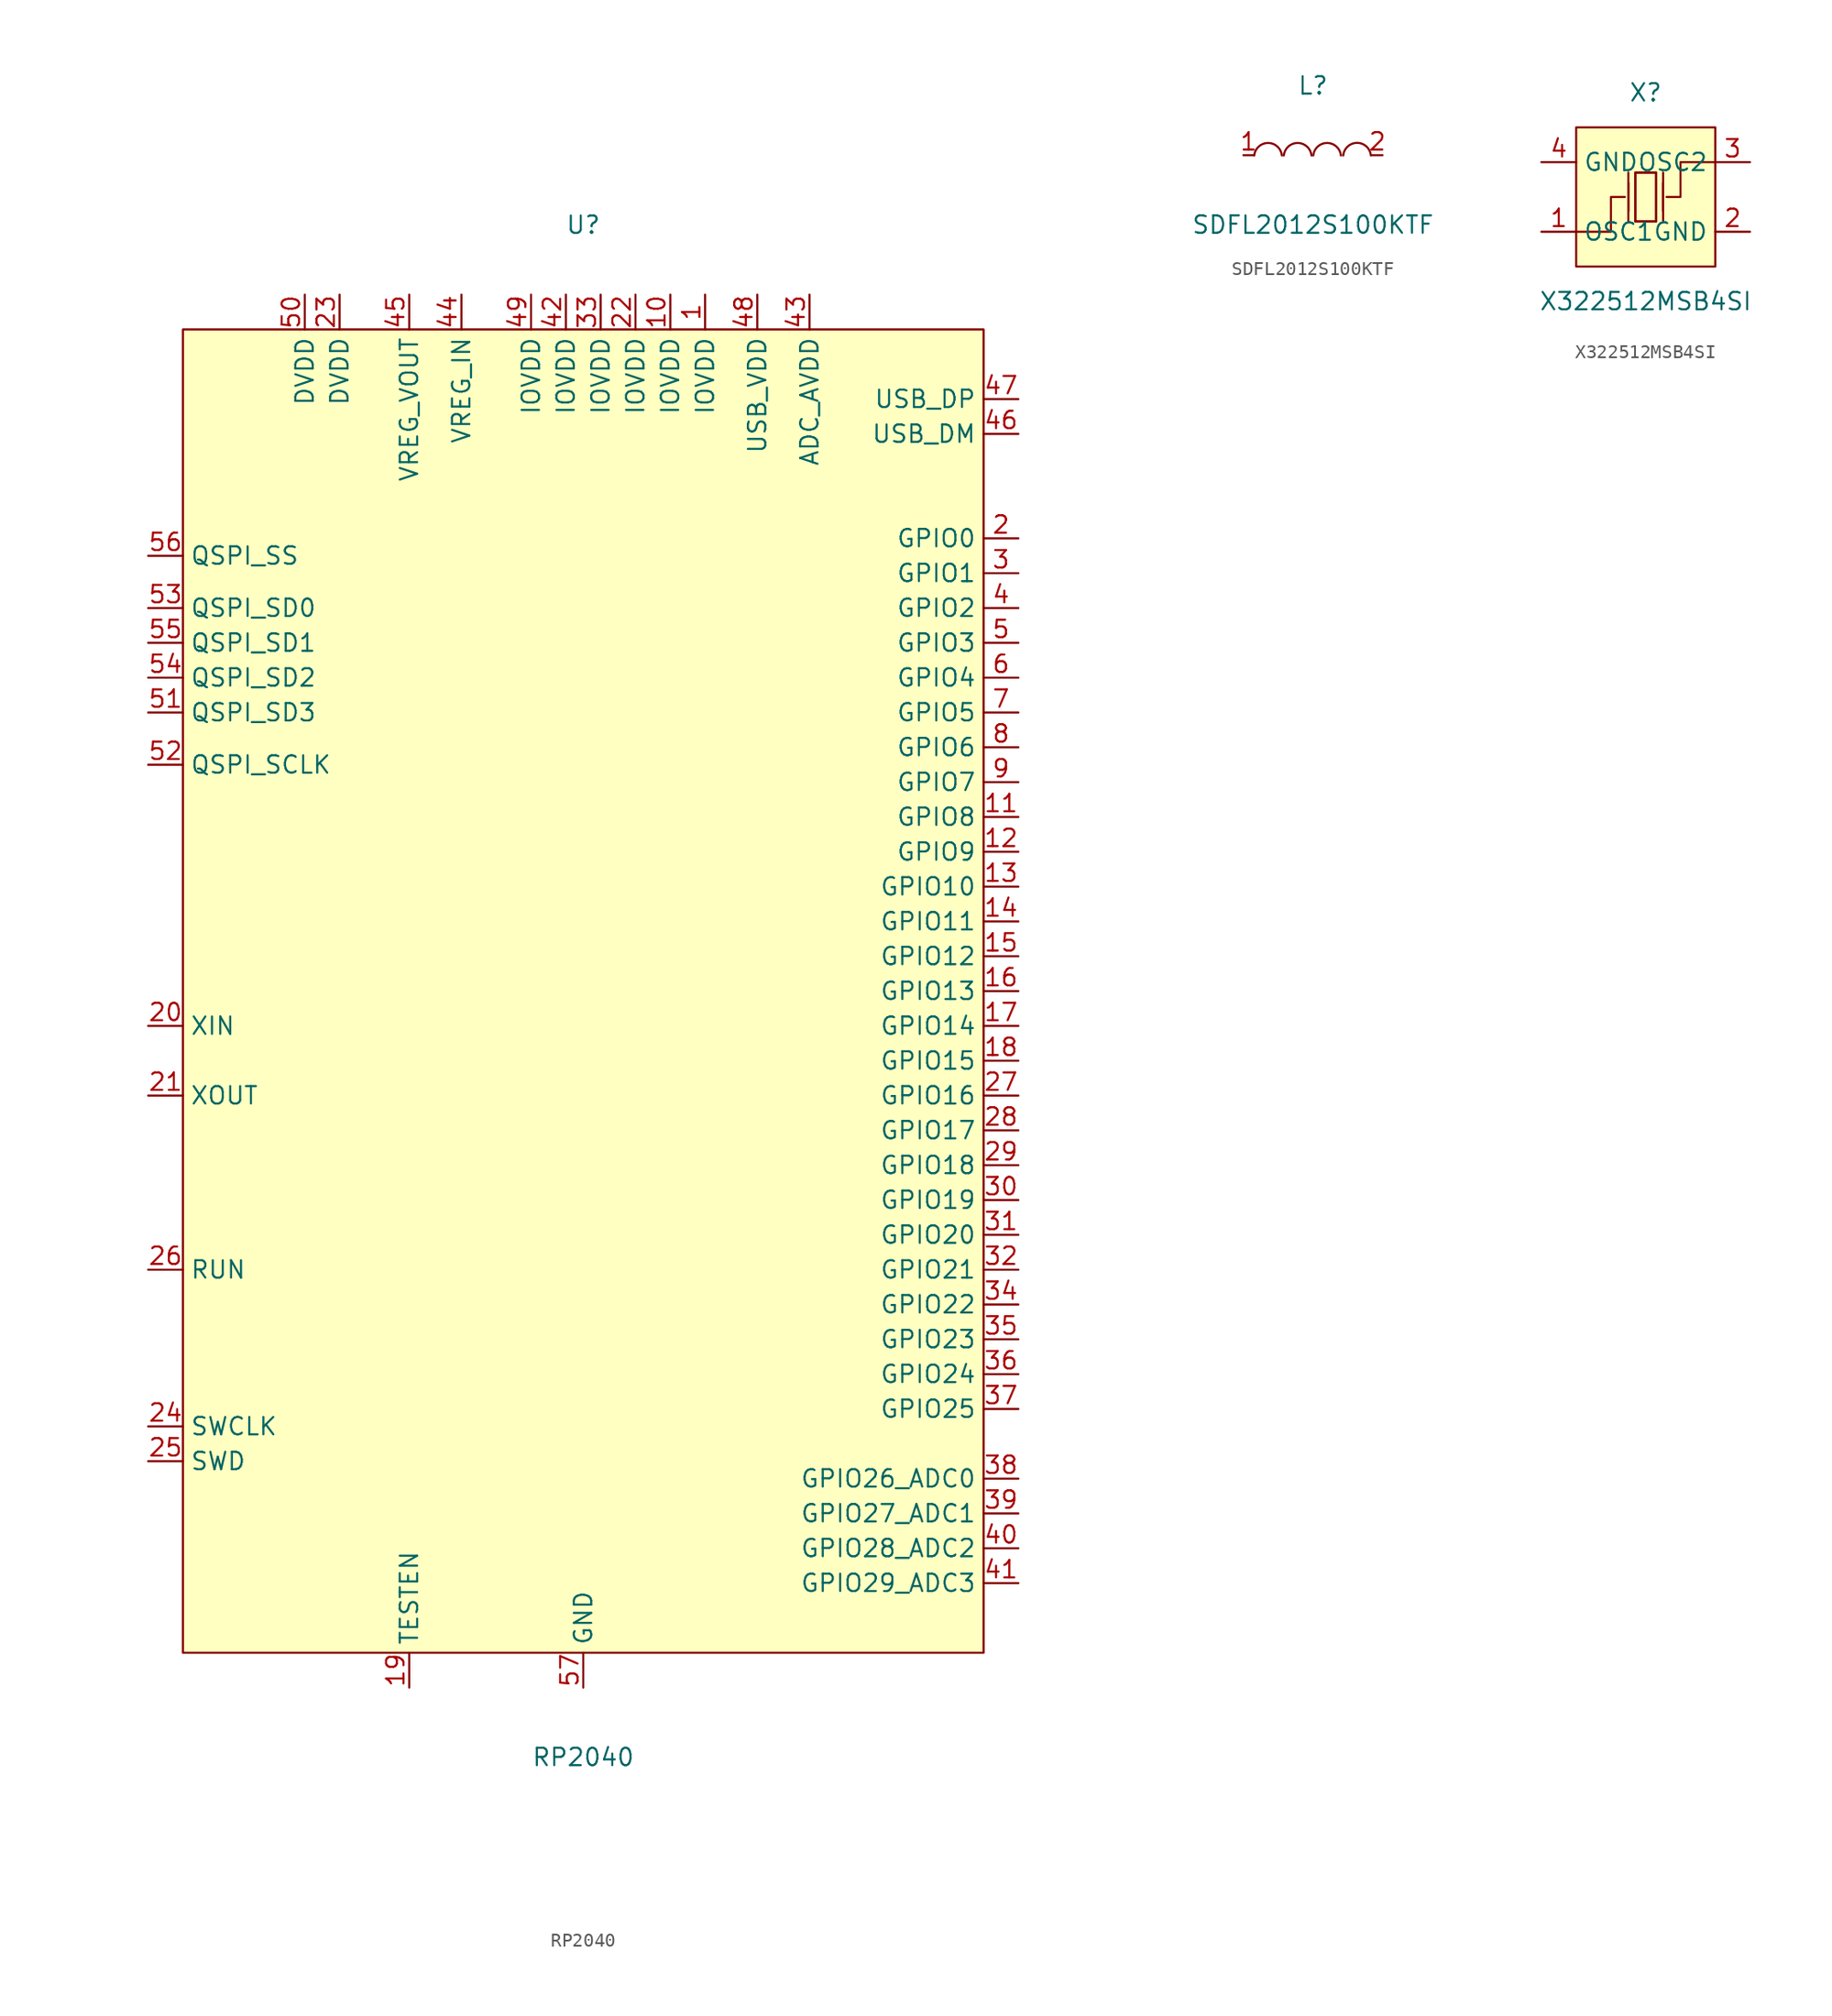
<source format=kicad_sym>
(kicad_symbol_lib
  (version 20220914)
  (generator https://github.com/uPesy/easyeda2kicad.py)
  (symbol "RP2040"
    (property "Reference" "U"
      (at 0 58.42 0)
      (effects (font (size 1.27 1.27))))
    (property "Value" "RP2040"
      (at 0 -53.34 0)
      (effects (font (size 1.27 1.27))))
    (symbol "RP2040_0_1"
      (rectangle (start -29.21 50.8) (end 29.21 -45.72) (stroke (width 0) (type default)) (fill (type background)))
      (pin bidirectional line (at 8.89 53.34 270) (length 2.54) (name "IOVDD" (effects (font (size 1.27 1.27)))) (number "1" (effects (font (size 1.27 1.27)))))
      (pin bidirectional line (at 6.35 53.34 270) (length 2.54) (name "IOVDD" (effects (font (size 1.27 1.27)))) (number "10" (effects (font (size 1.27 1.27)))))
      (pin bidirectional line (at 31.75 15.24 180) (length 2.54) (name "GPIO8" (effects (font (size 1.27 1.27)))) (number "11" (effects (font (size 1.27 1.27)))))
      (pin bidirectional line (at 31.75 12.7 180) (length 2.54) (name "GPIO9" (effects (font (size 1.27 1.27)))) (number "12" (effects (font (size 1.27 1.27)))))
      (pin bidirectional line (at 31.75 10.16 180) (length 2.54) (name "GPIO10" (effects (font (size 1.27 1.27)))) (number "13" (effects (font (size 1.27 1.27)))))
      (pin bidirectional line (at 31.75 7.62 180) (length 2.54) (name "GPIO11" (effects (font (size 1.27 1.27)))) (number "14" (effects (font (size 1.27 1.27)))))
      (pin bidirectional line (at 31.75 5.08 180) (length 2.54) (name "GPIO12" (effects (font (size 1.27 1.27)))) (number "15" (effects (font (size 1.27 1.27)))))
      (pin bidirectional line (at 31.75 2.54 180) (length 2.54) (name "GPIO13" (effects (font (size 1.27 1.27)))) (number "16" (effects (font (size 1.27 1.27)))))
      (pin bidirectional line (at 31.75 0 180) (length 2.54) (name "GPIO14" (effects (font (size 1.27 1.27)))) (number "17" (effects (font (size 1.27 1.27)))))
      (pin bidirectional line (at 31.75 -2.54 180) (length 2.54) (name "GPIO15" (effects (font (size 1.27 1.27)))) (number "18" (effects (font (size 1.27 1.27)))))
      (pin unspecified line (at -12.7 -48.26 90) (length 2.54) (name "TESTEN" (effects (font (size 1.27 1.27)))) (number "19" (effects (font (size 1.27 1.27)))))
      (pin bidirectional line (at 31.75 35.56 180) (length 2.54) (name "GPIO0" (effects (font (size 1.27 1.27)))) (number "2" (effects (font (size 1.27 1.27)))))
      (pin input line (at -31.75 0 0) (length 2.54) (name "XIN" (effects (font (size 1.27 1.27)))) (number "20" (effects (font (size 1.27 1.27)))))
      (pin unspecified line (at -31.75 -5.08 0) (length 2.54) (name "XOUT" (effects (font (size 1.27 1.27)))) (number "21" (effects (font (size 1.27 1.27)))))
      (pin bidirectional line (at 3.81 53.34 270) (length 2.54) (name "IOVDD" (effects (font (size 1.27 1.27)))) (number "22" (effects (font (size 1.27 1.27)))))
      (pin bidirectional line (at -17.78 53.34 270) (length 2.54) (name "DVDD" (effects (font (size 1.27 1.27)))) (number "23" (effects (font (size 1.27 1.27)))))
      (pin output line (at -31.75 -29.21 0) (length 2.54) (name "SWCLK" (effects (font (size 1.27 1.27)))) (number "24" (effects (font (size 1.27 1.27)))))
      (pin bidirectional line (at -31.75 -31.75 0) (length 2.54) (name "SWD" (effects (font (size 1.27 1.27)))) (number "25" (effects (font (size 1.27 1.27)))))
      (pin input line (at -31.75 -17.78 0) (length 2.54) (name "RUN" (effects (font (size 1.27 1.27)))) (number "26" (effects (font (size 1.27 1.27)))))
      (pin bidirectional line (at 31.75 -5.08 180) (length 2.54) (name "GPIO16" (effects (font (size 1.27 1.27)))) (number "27" (effects (font (size 1.27 1.27)))))
      (pin bidirectional line (at 31.75 -7.62 180) (length 2.54) (name "GPIO17" (effects (font (size 1.27 1.27)))) (number "28" (effects (font (size 1.27 1.27)))))
      (pin bidirectional line (at 31.75 -10.16 180) (length 2.54) (name "GPIO18" (effects (font (size 1.27 1.27)))) (number "29" (effects (font (size 1.27 1.27)))))
      (pin bidirectional line (at 31.75 33.02 180) (length 2.54) (name "GPIO1" (effects (font (size 1.27 1.27)))) (number "3" (effects (font (size 1.27 1.27)))))
      (pin bidirectional line (at 31.75 -12.7 180) (length 2.54) (name "GPIO19" (effects (font (size 1.27 1.27)))) (number "30" (effects (font (size 1.27 1.27)))))
      (pin bidirectional line (at 31.75 -15.24 180) (length 2.54) (name "GPIO20" (effects (font (size 1.27 1.27)))) (number "31" (effects (font (size 1.27 1.27)))))
      (pin bidirectional line (at 31.75 -17.78 180) (length 2.54) (name "GPIO21" (effects (font (size 1.27 1.27)))) (number "32" (effects (font (size 1.27 1.27)))))
      (pin bidirectional line (at 1.27 53.34 270) (length 2.54) (name "IOVDD" (effects (font (size 1.27 1.27)))) (number "33" (effects (font (size 1.27 1.27)))))
      (pin bidirectional line (at 31.75 -20.32 180) (length 2.54) (name "GPIO22" (effects (font (size 1.27 1.27)))) (number "34" (effects (font (size 1.27 1.27)))))
      (pin bidirectional line (at 31.75 -22.86 180) (length 2.54) (name "GPIO23" (effects (font (size 1.27 1.27)))) (number "35" (effects (font (size 1.27 1.27)))))
      (pin bidirectional line (at 31.75 -25.4 180) (length 2.54) (name "GPIO24" (effects (font (size 1.27 1.27)))) (number "36" (effects (font (size 1.27 1.27)))))
      (pin bidirectional line (at 31.75 -27.94 180) (length 2.54) (name "GPIO25" (effects (font (size 1.27 1.27)))) (number "37" (effects (font (size 1.27 1.27)))))
      (pin bidirectional line (at 31.75 -33.02 180) (length 2.54) (name "GPIO26_ADC0" (effects (font (size 1.27 1.27)))) (number "38" (effects (font (size 1.27 1.27)))))
      (pin bidirectional line (at 31.75 -35.56 180) (length 2.54) (name "GPIO27_ADC1" (effects (font (size 1.27 1.27)))) (number "39" (effects (font (size 1.27 1.27)))))
      (pin bidirectional line (at 31.75 30.48 180) (length 2.54) (name "GPIO2" (effects (font (size 1.27 1.27)))) (number "4" (effects (font (size 1.27 1.27)))))
      (pin bidirectional line (at 31.75 -38.1 180) (length 2.54) (name "GPIO28_ADC2" (effects (font (size 1.27 1.27)))) (number "40" (effects (font (size 1.27 1.27)))))
      (pin bidirectional line (at 31.75 -40.64 180) (length 2.54) (name "GPIO29_ADC3" (effects (font (size 1.27 1.27)))) (number "41" (effects (font (size 1.27 1.27)))))
      (pin bidirectional line (at -1.27 53.34 270) (length 2.54) (name "IOVDD" (effects (font (size 1.27 1.27)))) (number "42" (effects (font (size 1.27 1.27)))))
      (pin bidirectional line (at 16.51 53.34 270) (length 2.54) (name "ADC_AVDD" (effects (font (size 1.27 1.27)))) (number "43" (effects (font (size 1.27 1.27)))))
      (pin bidirectional line (at -8.89 53.34 270) (length 2.54) (name "VREG_IN" (effects (font (size 1.27 1.27)))) (number "44" (effects (font (size 1.27 1.27)))))
      (pin bidirectional line (at -12.7 53.34 270) (length 2.54) (name "VREG_VOUT" (effects (font (size 1.27 1.27)))) (number "45" (effects (font (size 1.27 1.27)))))
      (pin bidirectional line (at 31.75 43.18 180) (length 2.54) (name "USB_DM" (effects (font (size 1.27 1.27)))) (number "46" (effects (font (size 1.27 1.27)))))
      (pin bidirectional line (at 31.75 45.72 180) (length 2.54) (name "USB_DP" (effects (font (size 1.27 1.27)))) (number "47" (effects (font (size 1.27 1.27)))))
      (pin bidirectional line (at 12.7 53.34 270) (length 2.54) (name "USB_VDD" (effects (font (size 1.27 1.27)))) (number "48" (effects (font (size 1.27 1.27)))))
      (pin bidirectional line (at -3.81 53.34 270) (length 2.54) (name "IOVDD" (effects (font (size 1.27 1.27)))) (number "49" (effects (font (size 1.27 1.27)))))
      (pin bidirectional line (at 31.75 27.94 180) (length 2.54) (name "GPIO3" (effects (font (size 1.27 1.27)))) (number "5" (effects (font (size 1.27 1.27)))))
      (pin bidirectional line (at -20.32 53.34 270) (length 2.54) (name "DVDD" (effects (font (size 1.27 1.27)))) (number "50" (effects (font (size 1.27 1.27)))))
      (pin bidirectional line (at -31.75 22.86 0) (length 2.54) (name "QSPI_SD3" (effects (font (size 1.27 1.27)))) (number "51" (effects (font (size 1.27 1.27)))))
      (pin output line (at -31.75 19.05 0) (length 2.54) (name "QSPI_SCLK" (effects (font (size 1.27 1.27)))) (number "52" (effects (font (size 1.27 1.27)))))
      (pin bidirectional line (at -31.75 30.48 0) (length 2.54) (name "QSPI_SD0" (effects (font (size 1.27 1.27)))) (number "53" (effects (font (size 1.27 1.27)))))
      (pin bidirectional line (at -31.75 25.4 0) (length 2.54) (name "QSPI_SD2" (effects (font (size 1.27 1.27)))) (number "54" (effects (font (size 1.27 1.27)))))
      (pin bidirectional line (at -31.75 27.94 0) (length 2.54) (name "QSPI_SD1" (effects (font (size 1.27 1.27)))) (number "55" (effects (font (size 1.27 1.27)))))
      (pin bidirectional line (at -31.75 34.29 0) (length 2.54) (name "QSPI_SS" (effects (font (size 1.27 1.27)))) (number "56" (effects (font (size 1.27 1.27)))))
      (pin bidirectional line (at 0 -48.26 90) (length 2.54) (name "GND" (effects (font (size 1.27 1.27)))) (number "57" (effects (font (size 1.27 1.27)))))
      (pin bidirectional line (at 31.75 25.4 180) (length 2.54) (name "GPIO4" (effects (font (size 1.27 1.27)))) (number "6" (effects (font (size 1.27 1.27)))))
      (pin bidirectional line (at 31.75 22.86 180) (length 2.54) (name "GPIO5" (effects (font (size 1.27 1.27)))) (number "7" (effects (font (size 1.27 1.27)))))
      (pin bidirectional line (at 31.75 20.32 180) (length 2.54) (name "GPIO6" (effects (font (size 1.27 1.27)))) (number "8" (effects (font (size 1.27 1.27)))))
      (pin bidirectional line (at 31.75 17.78 180) (length 2.54) (name "GPIO7" (effects (font (size 1.27 1.27)))) (number "9" (effects (font (size 1.27 1.27)))))))
  (symbol "SDFL2012S100KTF"
    (property "Reference" "L"
      (at 0 5.08 0)
      (effects (font (size 1.27 1.27))))
    (property "Value" "SDFL2012S100KTF"
      (at 0 -5.08 0)
      (effects (font (size 1.27 1.27))))
    (symbol "SDFL2012S100KTF_0_1"
      (arc (start -2.27 -0.02) (mid -3.28 0.897) (end -4.29 -0.02) (stroke (width 0) (type default)) (fill (type none)))
      (arc (start -0.11 -0.02) (mid -1.12 0.897) (end -2.13 -0.02) (stroke (width 0) (type default)) (fill (type none)))
      (arc (start 2.04 -0.02) (mid 1.03 0.897) (end 0.02 -0.02) (stroke (width 0) (type default)) (fill (type none)))
      (arc (start 4.23 -0.02) (mid 3.22 0.9048) (end 2.21 -0.02) (stroke (width 0) (type default)) (fill (type none))))
    (symbol "SDFL2012S100KTF_1_1"
      (pin unspecified line (at -5.08 0 0) (length 0.762) (name "" (effects (font (size 1.27 1.27)))) (number "1" (effects (font (size 1.27 1.27)))))
      (pin unspecified line (at 5.08 0 180) (length 0.762) (name "" (effects (font (size 1.27 1.27)))) (number "2" (effects (font (size 1.27 1.27)))))))
  (symbol "X322512MSB4SI"
    (property "Reference" "X"
      (at 0 7.62 0)
      (effects (font (size 1.27 1.27))))
    (property "Value" "X322512MSB4SI"
      (at 0 -7.62 0)
      (effects (font (size 1.27 1.27))))
    (symbol "X322512MSB4SI_0_1"
      (rectangle (start -5.08 5.08) (end 5.08 -5.08) (stroke (width 0) (type default)) (fill (type background)))
      (polyline (pts (xy -1.27 -1.78) (xy -1.27 1.78)) (stroke (width 0) (type default)) (fill (type none)))
      (polyline (pts (xy -1.27 -1.02) (xy -1.27 1.02)) (stroke (width 0) (type default)) (fill (type none)))
      (polyline (pts (xy 0.76 -1.78) (xy -0.76 -1.78)) (stroke (width 0) (type default)) (fill (type none)))
      (polyline (pts (xy 1.27 -1.78) (xy 1.27 1.78)) (stroke (width 0) (type default)) (fill (type none)))
      (polyline (pts (xy 1.27 -1.02) (xy 1.27 1.02)) (stroke (width 0) (type default)) (fill (type none)))
      (polyline (pts (xy -5.08 -2.54) (xy -2.54 -2.54) (xy -2.54 0) (xy -1.52 0)) (stroke (width 0) (type default)) (fill (type none)))
      (polyline (pts (xy -0.76 -1.78) (xy -0.76 1.78) (xy 0.76 1.78) (xy 0.76 -1.78)) (stroke (width 0) (type default)) (fill (type none)))
      (polyline (pts (xy 5.08 2.54) (xy 2.54 2.54) (xy 2.54 0) (xy 1.52 0)) (stroke (width 0) (type default)) (fill (type none)))
      (polyline (pts (xy 0.76 1.78) (xy 0.76 -1.78) (xy -0.76 -1.78) (xy -0.76 1.78) (xy 0.76 1.78)) (stroke (width 0) (type default)) (fill (type background)))
      (pin unspecified line (at -7.62 -2.54 0) (length 2.54) (name "OSC1" (effects (font (size 1.27 1.27)))) (number "1" (effects (font (size 1.27 1.27)))))
      (pin unspecified line (at 7.62 -2.54 180) (length 2.54) (name "GND" (effects (font (size 1.27 1.27)))) (number "2" (effects (font (size 1.27 1.27)))))
      (pin unspecified line (at 7.62 2.54 180) (length 2.54) (name "OSC2" (effects (font (size 1.27 1.27)))) (number "3" (effects (font (size 1.27 1.27)))))
      (pin unspecified line (at -7.62 2.54 0) (length 2.54) (name "GND" (effects (font (size 1.27 1.27)))) (number "4" (effects (font (size 1.27 1.27))))))))
</source>
